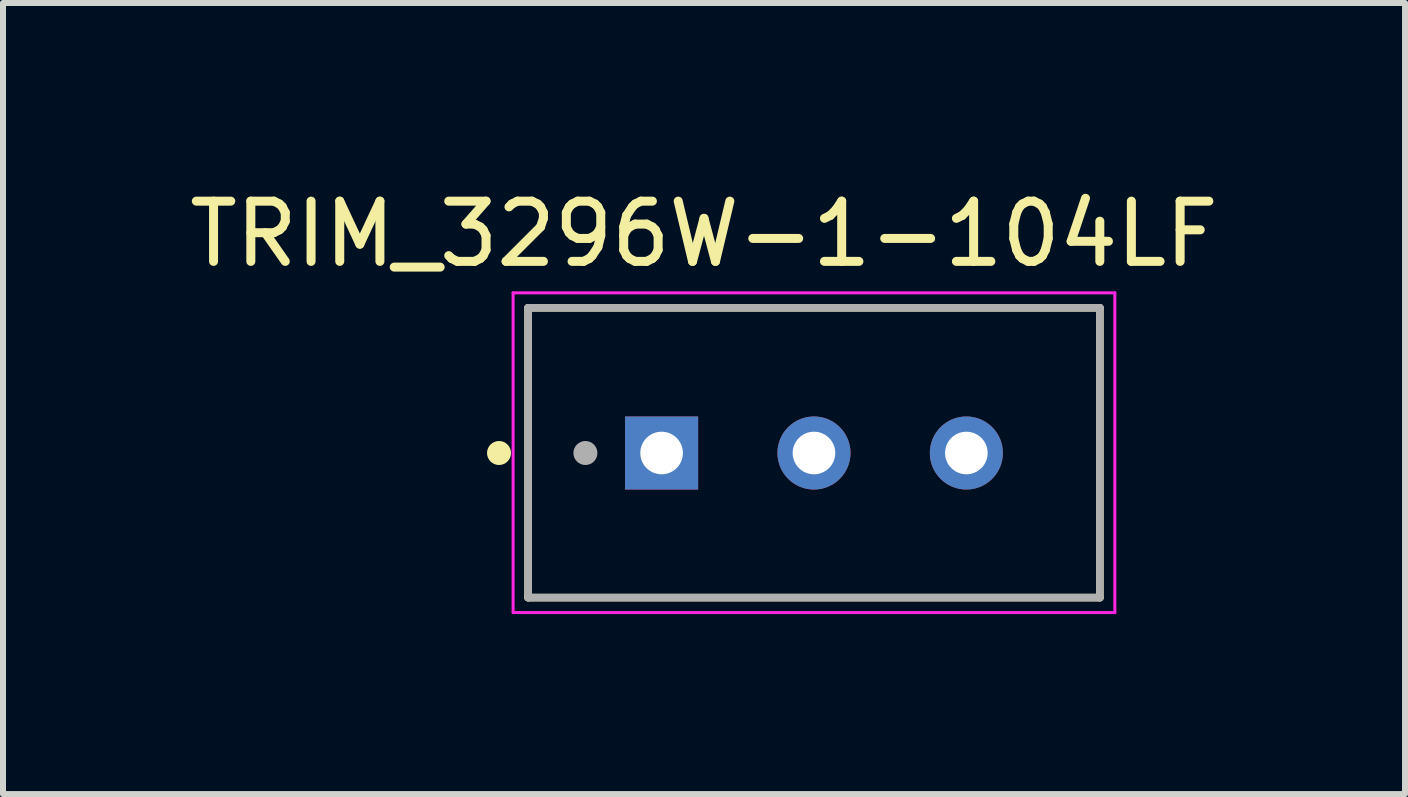
<source format=kicad_pcb>
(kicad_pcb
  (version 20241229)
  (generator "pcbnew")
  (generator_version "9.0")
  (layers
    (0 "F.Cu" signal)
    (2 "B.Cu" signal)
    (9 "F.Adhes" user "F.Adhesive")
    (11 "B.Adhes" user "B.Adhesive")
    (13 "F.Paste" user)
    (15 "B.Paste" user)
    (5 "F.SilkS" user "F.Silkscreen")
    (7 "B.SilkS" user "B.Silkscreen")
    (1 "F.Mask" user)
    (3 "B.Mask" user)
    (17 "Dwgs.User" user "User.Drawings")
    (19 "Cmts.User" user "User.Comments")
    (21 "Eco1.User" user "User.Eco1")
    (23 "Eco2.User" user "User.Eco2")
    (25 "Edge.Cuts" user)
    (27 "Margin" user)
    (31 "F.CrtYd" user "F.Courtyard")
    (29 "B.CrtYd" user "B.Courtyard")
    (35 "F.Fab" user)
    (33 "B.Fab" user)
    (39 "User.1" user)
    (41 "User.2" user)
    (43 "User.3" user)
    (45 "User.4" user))
  (footprint "TRIM_3296W-1-104LF"
    (layer "F.Cu")
    (at 10.518 4.501)
    (property "Reference" "TRIM_3296W-1-104LF" (at -1.833 -3.651 0) (layer "F.SilkS") (effects (font (size 1.004 1.004) (thickness 0.15))))
    (attr through_hole)
    (fp_line (start -4.765 -2.42) (end 4.765 -2.42) (stroke (width 0.127) (type solid)) (layer "F.SilkS"))
    (fp_line (start -4.765 2.41) (end -4.765 -2.42) (stroke (width 0.127) (type solid)) (layer "F.SilkS"))
    (fp_line (start 4.765 -2.42) (end 4.765 2.41) (stroke (width 0.127) (type solid)) (layer "F.SilkS"))
    (fp_line (start 4.765 2.41) (end -4.765 2.41) (stroke (width 0.127) (type solid)) (layer "F.SilkS"))
    (fp_circle (center -5.25 0) (end -5.15 0) (stroke (width 0.2) (type solid)) (fill no) (layer "F.SilkS"))
    (fp_line (start -5.015 -2.67) (end 5.015 -2.67) (stroke (width 0.05) (type solid)) (layer "F.CrtYd"))
    (fp_line (start -5.015 2.66) (end -5.015 -2.67) (stroke (width 0.05) (type solid)) (layer "F.CrtYd"))
    (fp_line (start 5.015 -2.67) (end 5.015 2.66) (stroke (width 0.05) (type solid)) (layer "F.CrtYd"))
    (fp_line (start 5.015 2.66) (end -5.015 2.66) (stroke (width 0.05) (type solid)) (layer "F.CrtYd"))
    (fp_line (start -4.765 -2.42) (end 4.765 -2.42) (stroke (width 0.127) (type solid)) (layer "F.Fab"))
    (fp_line (start -4.765 2.41) (end -4.765 -2.42) (stroke (width 0.127) (type solid)) (layer "F.Fab"))
    (fp_line (start 4.765 -2.42) (end 4.765 2.41) (stroke (width 0.127) (type solid)) (layer "F.Fab"))
    (fp_line (start 4.765 2.41) (end -4.765 2.41) (stroke (width 0.127) (type solid)) (layer "F.Fab"))
    (fp_circle (center -3.81 0) (end -3.71 0) (stroke (width 0.2) (type solid)) (fill no) (layer "F.Fab"))
    (pad "1" thru_hole rect (at -2.54 0) (size 1.218 1.218) (drill 0.71) (layers "*.Cu" "*.Mask"))
    (pad "2" thru_hole circle (at 0 0) (size 1.218 1.218) (drill 0.71) (layers "*.Cu" "*.Mask"))
    (pad "3" thru_hole circle (at 2.54 0) (size 1.218 1.218) (drill 0.71) (layers "*.Cu" "*.Mask")))
  (gr_rect
    (start -3 -3)
    (end 20.37 10.186)
    (stroke (width 0.1) (type default))
    (fill no)
    (layer "Edge.Cuts")))
</source>
